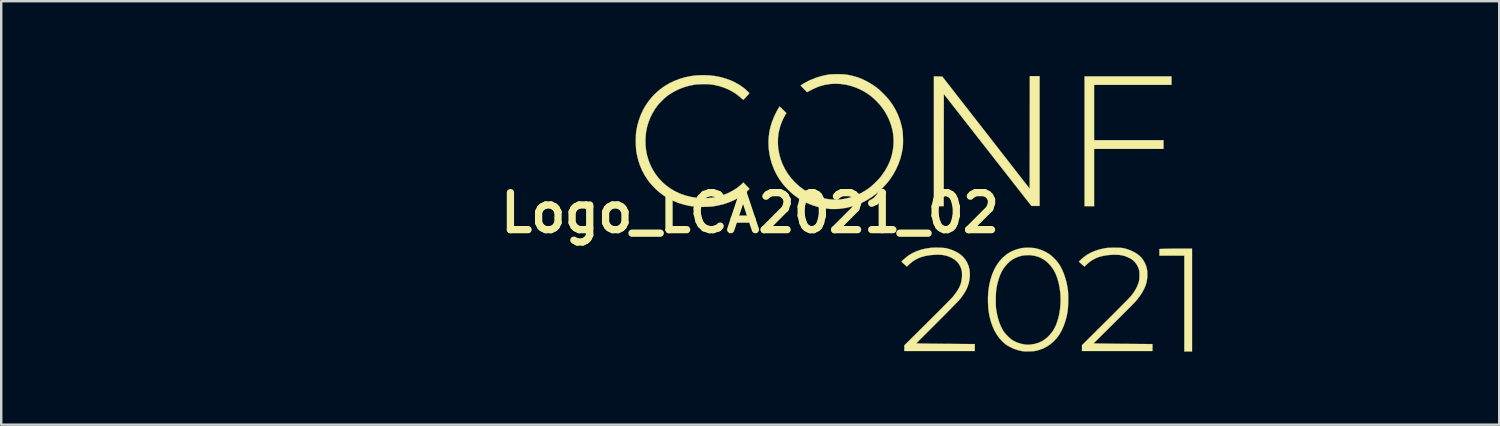
<source format=kicad_pcb>
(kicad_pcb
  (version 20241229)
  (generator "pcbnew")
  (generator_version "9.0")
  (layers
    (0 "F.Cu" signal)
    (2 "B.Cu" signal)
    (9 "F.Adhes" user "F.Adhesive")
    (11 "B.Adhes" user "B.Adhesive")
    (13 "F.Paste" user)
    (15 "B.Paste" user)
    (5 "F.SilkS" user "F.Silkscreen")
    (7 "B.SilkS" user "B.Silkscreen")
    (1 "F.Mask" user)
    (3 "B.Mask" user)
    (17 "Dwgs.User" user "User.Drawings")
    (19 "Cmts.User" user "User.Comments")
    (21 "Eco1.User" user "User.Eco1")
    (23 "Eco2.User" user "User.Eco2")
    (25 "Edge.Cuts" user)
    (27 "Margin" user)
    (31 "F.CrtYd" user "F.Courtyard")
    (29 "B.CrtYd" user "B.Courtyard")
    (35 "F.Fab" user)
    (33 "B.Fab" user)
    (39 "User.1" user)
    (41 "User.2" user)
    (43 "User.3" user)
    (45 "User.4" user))
  (footprint "Logo_LCA2021_02"
    (layer "F.Cu")
    (at 27.84 5.718)
    (property "Reference" "Logo_LCA2021_02" (at 0 0 0) (layer "F.SilkS") (effects (font (size 1.524 1.524) (thickness 0.3))))
    (attr through_hole)
    (fp_poly (pts (xy -22.965 -0.286) (xy -23.367 -0.286) (xy -23.367 -5.633) (xy -22.965 -5.633) (xy -22.965 -0.286)) (stroke (width 0.01) (type solid)) (fill yes) (layer "F.Mask"))
    (fp_poly (pts (xy -4.521 5.707) (xy -4.839 5.707) (xy -4.839 1.472) (xy -4.521 1.472) (xy -4.521 5.707)) (stroke (width 0.01) (type solid)) (fill yes) (layer "F.Mask"))
    (fp_poly (pts (xy -27.433 -0.635) (xy -24.352 -0.635) (xy -24.352 -0.275) (xy -27.835 -0.275) (xy -27.835 -5.633) (xy -27.433 -5.633) (xy -27.433 -0.635)) (stroke (width 0.01) (type solid)) (fill yes) (layer "F.Mask"))
    (fp_poly (pts (xy -8.047 5.4) (xy -5.622 5.4) (xy -5.622 5.686) (xy -8.364 5.686) (xy -8.364 1.472) (xy -8.047 1.472) (xy -8.047 5.4)) (stroke (width 0.01) (type solid)) (fill yes) (layer "F.Mask"))
    (fp_poly (pts (xy 0.058 5.103) (xy 0.064 1.472) (xy 0.371 1.472) (xy 0.371 5.707) (xy 0.099 5.707) (xy -2.748 2.046) (xy -2.753 5.707) (xy -3.07 5.707) (xy -3.07 1.472) (xy -2.786 1.472) (xy 0.058 5.103)) (stroke (width 0.01) (type solid)) (fill yes) (layer "F.Mask"))
    (fp_poly (pts (xy -16.75 -0.286) (xy -17.077 -0.286) (xy -18.89 -2.595) (xy -20.704 -4.903) (xy -20.707 -2.589) (xy -20.71 -0.275) (xy -21.112 -0.275) (xy -21.112 -5.622) (xy -20.766 -5.622) (xy -18.957 -3.314) (xy -17.147 -1.005) (xy -17.144 -3.319) (xy -17.142 -5.633) (xy -16.75 -5.633) (xy -16.75 -0.286)) (stroke (width 0.01) (type solid)) (fill yes) (layer "F.Mask"))
    (fp_poly (pts (xy -9.815 5.707) (xy -9.949 5.704) (xy -10.084 5.702) (xy -11.509 3.879) (xy -12.933 2.056) (xy -12.936 3.881) (xy -12.938 5.707) (xy -13.256 5.707) (xy -13.256 1.472) (xy -13.116 1.472) (xy -12.975 1.473) (xy -11.551 3.293) (xy -10.127 5.113) (xy -10.125 3.292) (xy -10.122 1.472) (xy -9.815 1.472) (xy -9.815 5.707)) (stroke (width 0.01) (type solid)) (fill yes) (layer "F.Mask"))
    (fp_poly (pts (xy 4.659 1.747) (xy 2.149 1.747) (xy 2.149 3.399) (xy 4.394 3.399) (xy 4.394 3.674) (xy 2.149 3.674) (xy 2.149 5.386) (xy 2.723 5.393) (xy 2.841 5.394) (xy 2.977 5.395) (xy 3.125 5.396) (xy 3.283 5.397) (xy 3.445 5.398) (xy 3.607 5.399) (xy 3.766 5.399) (xy 3.918 5.4) (xy 4.02 5.4) (xy 4.743 5.4) (xy 4.743 5.686) (xy 1.832 5.686) (xy 1.832 1.472) (xy 4.659 1.472) (xy 4.659 1.747)) (stroke (width 0.01) (type solid)) (fill yes) (layer "F.Mask"))
    (fp_poly (pts (xy -16.381 1.447) (xy -16.285 1.452) (xy -16.201 1.459) (xy -16.162 1.465) (xy -15.943 1.508) (xy -15.738 1.565) (xy -15.547 1.638) (xy -15.369 1.727) (xy -15.202 1.832) (xy -15.047 1.954) (xy -14.933 2.059) (xy -14.793 2.212) (xy -14.672 2.375) (xy -14.568 2.548) (xy -14.482 2.732) (xy -14.412 2.929) (xy -14.389 3.011) (xy -14.364 3.111) (xy -14.346 3.204) (xy -14.333 3.296) (xy -14.324 3.395) (xy -14.318 3.508) (xy -14.318 3.526) (xy -14.321 3.743) (xy -14.343 3.953) (xy -14.384 4.156) (xy -14.446 4.355) (xy -14.528 4.552) (xy -14.528 4.552) (xy -14.618 4.719) (xy -14.726 4.878) (xy -14.85 5.027) (xy -14.988 5.162) (xy -15.029 5.197) (xy -15.19 5.317) (xy -15.364 5.424) (xy -15.551 5.516) (xy -15.747 5.592) (xy -15.949 5.651) (xy -16.156 5.692) (xy -16.272 5.706) (xy -16.329 5.711) (xy -16.4 5.713) (xy -16.479 5.715) (xy -16.558 5.715) (xy -16.632 5.714) (xy -16.694 5.712) (xy -16.713 5.71) (xy -16.897 5.686) (xy -17.082 5.647) (xy -17.264 5.593) (xy -17.44 5.527) (xy -17.605 5.45) (xy -17.755 5.363) (xy -17.773 5.351) (xy -17.942 5.226) (xy -18.095 5.086) (xy -18.233 4.934) (xy -18.353 4.771) (xy -18.456 4.596) (xy -18.542 4.41) (xy -18.609 4.216) (xy -18.658 4.013) (xy -18.687 3.802) (xy -18.695 3.641) (xy -18.379 3.641) (xy -18.374 3.752) (xy -18.365 3.833) (xy -18.326 4.034) (xy -18.269 4.225) (xy -18.194 4.404) (xy -18.102 4.573) (xy -17.992 4.729) (xy -17.865 4.873) (xy -17.722 5.004) (xy -17.66 5.052) (xy -17.549 5.128) (xy -17.421 5.199) (xy -17.284 5.263) (xy -17.142 5.317) (xy -17.001 5.36) (xy -16.948 5.372) (xy -16.786 5.401) (xy -16.617 5.417) (xy -16.449 5.419) (xy -16.288 5.408) (xy -16.261 5.405) (xy -16.057 5.369) (xy -15.864 5.314) (xy -15.682 5.243) (xy -15.513 5.155) (xy -15.356 5.052) (xy -15.212 4.934) (xy -15.083 4.801) (xy -14.968 4.654) (xy -14.869 4.494) (xy -14.786 4.321) (xy -14.72 4.137) (xy -14.679 3.975) (xy -14.648 3.782) (xy -14.638 3.588) (xy -14.646 3.395) (xy -14.674 3.206) (xy -14.72 3.021) (xy -14.784 2.842) (xy -14.865 2.672) (xy -14.964 2.511) (xy -15.079 2.361) (xy -15.179 2.253) (xy -15.301 2.143) (xy -15.426 2.05) (xy -15.561 1.969) (xy -15.622 1.938) (xy -15.813 1.855) (xy -16.008 1.793) (xy -16.207 1.752) (xy -16.407 1.731) (xy -16.607 1.731) (xy -16.808 1.751) (xy -17.007 1.792) (xy -17.203 1.853) (xy -17.298 1.892) (xy -17.474 1.978) (xy -17.635 2.079) (xy -17.783 2.197) (xy -17.916 2.329) (xy -18.034 2.475) (xy -18.136 2.634) (xy -18.222 2.806) (xy -18.291 2.99) (xy -18.343 3.185) (xy -18.344 3.191) (xy -18.361 3.291) (xy -18.372 3.404) (xy -18.379 3.523) (xy -18.379 3.641) (xy -18.695 3.641) (xy -18.698 3.584) (xy -18.698 3.582) (xy -18.688 3.365) (xy -18.659 3.155) (xy -18.612 2.952) (xy -18.546 2.757) (xy -18.462 2.571) (xy -18.36 2.395) (xy -18.242 2.23) (xy -18.107 2.078) (xy -17.957 1.939) (xy -17.909 1.9) (xy -17.75 1.789) (xy -17.577 1.691) (xy -17.39 1.608) (xy -17.192 1.54) (xy -16.985 1.488) (xy -16.855 1.465) (xy -16.78 1.456) (xy -16.689 1.45) (xy -16.588 1.446) (xy -16.484 1.445) (xy -16.381 1.447)) (stroke (width 0.01) (type solid)) (fill yes) (layer "F.Mask"))
    (fp_poly (pts (xy -14.534 -3.941) (xy -14.534 -3.718) (xy -14.533 -3.514) (xy -14.533 -3.33) (xy -14.532 -3.164) (xy -14.532 -3.015) (xy -14.531 -2.882) (xy -14.53 -2.764) (xy -14.53 -2.66) (xy -14.529 -2.569) (xy -14.528 -2.489) (xy -14.527 -2.421) (xy -14.526 -2.362) (xy -14.525 -2.312) (xy -14.523 -2.27) (xy -14.522 -2.235) (xy -14.52 -2.205) (xy -14.518 -2.181) (xy -14.516 -2.159) (xy -14.514 -2.141) (xy -14.512 -2.128) (xy -14.475 -1.925) (xy -14.429 -1.739) (xy -14.372 -1.571) (xy -14.303 -1.418) (xy -14.222 -1.28) (xy -14.129 -1.156) (xy -14.023 -1.045) (xy -13.902 -0.945) (xy -13.767 -0.856) (xy -13.653 -0.794) (xy -13.516 -0.732) (xy -13.381 -0.685) (xy -13.237 -0.647) (xy -13.229 -0.645) (xy -13.175 -0.637) (xy -13.105 -0.629) (xy -13.021 -0.623) (xy -12.93 -0.618) (xy -12.835 -0.615) (xy -12.74 -0.614) (xy -12.65 -0.615) (xy -12.569 -0.618) (xy -12.501 -0.623) (xy -12.492 -0.624) (xy -12.309 -0.656) (xy -12.13 -0.708) (xy -11.957 -0.778) (xy -11.864 -0.826) (xy -11.715 -0.919) (xy -11.583 -1.023) (xy -11.467 -1.141) (xy -11.365 -1.272) (xy -11.279 -1.417) (xy -11.206 -1.577) (xy -11.147 -1.753) (xy -11.113 -1.885) (xy -11.105 -1.921) (xy -11.098 -1.954) (xy -11.091 -1.985) (xy -11.085 -2.014) (xy -11.08 -2.044) (xy -11.075 -2.075) (xy -11.07 -2.109) (xy -11.066 -2.145) (xy -11.063 -2.186) (xy -11.06 -2.232) (xy -11.058 -2.285) (xy -11.056 -2.346) (xy -11.054 -2.415) (xy -11.052 -2.494) (xy -11.051 -2.584) (xy -11.05 -2.686) (xy -11.049 -2.801) (xy -11.048 -2.93) (xy -11.048 -3.075) (xy -11.047 -3.235) (xy -11.047 -3.413) (xy -11.047 -3.61) (xy -11.046 -3.826) (xy -11.046 -3.941) (xy -11.042 -5.633) (xy -10.64 -5.633) (xy -10.644 -3.931) (xy -10.644 -3.706) (xy -10.645 -3.501) (xy -10.645 -3.315) (xy -10.646 -3.148) (xy -10.646 -2.997) (xy -10.647 -2.863) (xy -10.648 -2.743) (xy -10.648 -2.638) (xy -10.649 -2.545) (xy -10.65 -2.465) (xy -10.651 -2.395) (xy -10.652 -2.335) (xy -10.653 -2.284) (xy -10.655 -2.241) (xy -10.656 -2.204) (xy -10.658 -2.173) (xy -10.66 -2.147) (xy -10.662 -2.125) (xy -10.664 -2.105) (xy -10.665 -2.097) (xy -10.704 -1.866) (xy -10.756 -1.652) (xy -10.822 -1.454) (xy -10.9 -1.272) (xy -10.991 -1.107) (xy -11.096 -0.957) (xy -11.215 -0.823) (xy -11.289 -0.754) (xy -11.446 -0.629) (xy -11.617 -0.519) (xy -11.799 -0.427) (xy -11.989 -0.351) (xy -12.186 -0.295) (xy -12.387 -0.257) (xy -12.504 -0.245) (xy -12.582 -0.24) (xy -12.673 -0.237) (xy -12.771 -0.236) (xy -12.871 -0.236) (xy -12.967 -0.238) (xy -13.052 -0.241) (xy -13.108 -0.245) (xy -13.293 -0.27) (xy -13.476 -0.312) (xy -13.655 -0.371) (xy -13.828 -0.445) (xy -13.992 -0.533) (xy -14.145 -0.633) (xy -14.285 -0.745) (xy -14.41 -0.867) (xy -14.499 -0.974) (xy -14.591 -1.107) (xy -14.671 -1.247) (xy -14.739 -1.396) (xy -14.798 -1.557) (xy -14.847 -1.731) (xy -14.887 -1.921) (xy -14.915 -2.102) (xy -14.917 -2.12) (xy -14.92 -2.142) (xy -14.921 -2.167) (xy -14.923 -2.196) (xy -14.925 -2.232) (xy -14.926 -2.274) (xy -14.927 -2.324) (xy -14.929 -2.383) (xy -14.93 -2.452) (xy -14.931 -2.531) (xy -14.931 -2.623) (xy -14.932 -2.727) (xy -14.933 -2.845) (xy -14.934 -2.979) (xy -14.934 -3.128) (xy -14.935 -3.294) (xy -14.935 -3.478) (xy -14.936 -3.681) (xy -14.936 -3.904) (xy -14.936 -3.931) (xy -14.94 -5.633) (xy -14.538 -5.633) (xy -14.534 -3.941)) (stroke (width 0.01) (type solid)) (fill yes) (layer "F.Mask"))
    (fp_poly (pts (xy 23.96 -3.989) (xy 23.96 -3.761) (xy 23.96 -3.554) (xy 23.96 -3.365) (xy 23.961 -3.195) (xy 23.961 -3.041) (xy 23.961 -2.903) (xy 23.962 -2.78) (xy 23.963 -2.67) (xy 23.964 -2.572) (xy 23.965 -2.486) (xy 23.967 -2.41) (xy 23.969 -2.343) (xy 23.972 -2.285) (xy 23.974 -2.233) (xy 23.978 -2.187) (xy 23.981 -2.146) (xy 23.985 -2.108) (xy 23.99 -2.074) (xy 23.995 -2.04) (xy 24.001 -2.007) (xy 24.008 -1.974) (xy 24.015 -1.938) (xy 24.018 -1.922) (xy 24.058 -1.76) (xy 24.108 -1.606) (xy 24.169 -1.461) (xy 24.239 -1.33) (xy 24.317 -1.214) (xy 24.401 -1.116) (xy 24.408 -1.109) (xy 24.445 -1.075) (xy 24.494 -1.035) (xy 24.549 -0.994) (xy 24.603 -0.956) (xy 24.607 -0.953) (xy 24.78 -0.85) (xy 24.956 -0.766) (xy 25.138 -0.701) (xy 25.327 -0.655) (xy 25.527 -0.626) (xy 25.56 -0.623) (xy 25.746 -0.618) (xy 25.934 -0.632) (xy 26.123 -0.665) (xy 26.308 -0.715) (xy 26.488 -0.783) (xy 26.659 -0.867) (xy 26.82 -0.966) (xy 26.95 -1.066) (xy 27.036 -1.149) (xy 27.116 -1.251) (xy 27.189 -1.37) (xy 27.254 -1.501) (xy 27.311 -1.645) (xy 27.357 -1.797) (xy 27.373 -1.865) (xy 27.381 -1.901) (xy 27.389 -1.933) (xy 27.396 -1.964) (xy 27.402 -1.994) (xy 27.407 -2.023) (xy 27.412 -2.054) (xy 27.416 -2.087) (xy 27.42 -2.124) (xy 27.423 -2.164) (xy 27.426 -2.211) (xy 27.429 -2.263) (xy 27.431 -2.324) (xy 27.433 -2.393) (xy 27.434 -2.472) (xy 27.435 -2.562) (xy 27.436 -2.663) (xy 27.437 -2.778) (xy 27.438 -2.907) (xy 27.439 -3.051) (xy 27.439 -3.211) (xy 27.439 -3.388) (xy 27.44 -3.584) (xy 27.44 -3.8) (xy 27.441 -3.931) (xy 27.444 -5.633) (xy 27.846 -5.633) (xy 27.846 -4.021) (xy 27.846 -3.792) (xy 27.846 -3.583) (xy 27.845 -3.394) (xy 27.845 -3.222) (xy 27.845 -3.067) (xy 27.844 -2.927) (xy 27.843 -2.803) (xy 27.842 -2.691) (xy 27.841 -2.593) (xy 27.84 -2.505) (xy 27.838 -2.428) (xy 27.836 -2.36) (xy 27.834 -2.3) (xy 27.832 -2.247) (xy 27.829 -2.2) (xy 27.826 -2.157) (xy 27.822 -2.118) (xy 27.818 -2.082) (xy 27.814 -2.047) (xy 27.809 -2.013) (xy 27.808 -2.006) (xy 27.766 -1.785) (xy 27.709 -1.577) (xy 27.637 -1.382) (xy 27.549 -1.201) (xy 27.447 -1.034) (xy 27.341 -0.896) (xy 27.297 -0.85) (xy 27.238 -0.797) (xy 27.168 -0.741) (xy 27.091 -0.683) (xy 27.011 -0.628) (xy 26.932 -0.578) (xy 26.906 -0.563) (xy 26.707 -0.461) (xy 26.503 -0.378) (xy 26.291 -0.315) (xy 26.071 -0.27) (xy 26 -0.26) (xy 25.934 -0.253) (xy 25.853 -0.249) (xy 25.763 -0.246) (xy 25.669 -0.245) (xy 25.577 -0.246) (xy 25.493 -0.249) (xy 25.423 -0.254) (xy 25.411 -0.255) (xy 25.223 -0.285) (xy 25.033 -0.333) (xy 24.844 -0.397) (xy 24.659 -0.474) (xy 24.482 -0.565) (xy 24.319 -0.666) (xy 24.196 -0.757) (xy 24.11 -0.835) (xy 24.026 -0.932) (xy 23.944 -1.043) (xy 23.868 -1.166) (xy 23.798 -1.298) (xy 23.738 -1.435) (xy 23.723 -1.474) (xy 23.676 -1.617) (xy 23.635 -1.775) (xy 23.602 -1.943) (xy 23.578 -2.115) (xy 23.569 -2.208) (xy 23.567 -2.236) (xy 23.566 -2.285) (xy 23.564 -2.355) (xy 23.563 -2.443) (xy 23.562 -2.55) (xy 23.561 -2.674) (xy 23.56 -2.816) (xy 23.56 -2.974) (xy 23.559 -3.148) (xy 23.559 -3.337) (xy 23.558 -3.541) (xy 23.558 -3.758) (xy 23.558 -3.984) (xy 23.558 -5.633) (xy 23.96 -5.633) (xy 23.96 -3.989)) (stroke (width 0.01) (type solid)) (fill yes) (layer "F.Mask"))
    (fp_poly (pts (xy 20.099 -5.609) (xy 20.299 -5.606) (xy 21.526 -2.945) (xy 21.63 -2.72) (xy 21.731 -2.499) (xy 21.83 -2.285) (xy 21.926 -2.077) (xy 22.018 -1.877) (xy 22.106 -1.685) (xy 22.191 -1.501) (xy 22.271 -1.328) (xy 22.346 -1.164) (xy 22.416 -1.012) (xy 22.48 -0.872) (xy 22.538 -0.744) (xy 22.591 -0.631) (xy 22.636 -0.531) (xy 22.675 -0.447) (xy 22.706 -0.378) (xy 22.73 -0.326) (xy 22.745 -0.291) (xy 22.753 -0.275) (xy 22.753 -0.274) (xy 22.743 -0.271) (xy 22.715 -0.269) (xy 22.672 -0.267) (xy 22.617 -0.265) (xy 22.554 -0.265) (xy 22.539 -0.265) (xy 22.324 -0.265) (xy 22.06 -0.844) (xy 22.01 -0.955) (xy 21.96 -1.064) (xy 21.912 -1.17) (xy 21.866 -1.271) (xy 21.824 -1.363) (xy 21.787 -1.445) (xy 21.755 -1.514) (xy 21.73 -1.568) (xy 21.718 -1.596) (xy 21.639 -1.768) (xy 20.092 -1.768) (xy 18.544 -1.768) (xy 18.207 -1.016) (xy 17.869 -0.265) (xy 17.654 -0.265) (xy 17.589 -0.265) (xy 17.532 -0.266) (xy 17.485 -0.267) (xy 17.453 -0.269) (xy 17.439 -0.271) (xy 17.438 -0.272) (xy 17.442 -0.281) (xy 17.455 -0.31) (xy 17.476 -0.355) (xy 17.504 -0.417) (xy 17.54 -0.494) (xy 17.582 -0.586) (xy 17.63 -0.691) (xy 17.685 -0.809) (xy 17.744 -0.939) (xy 17.809 -1.079) (xy 17.878 -1.229) (xy 17.951 -1.388) (xy 18.028 -1.555) (xy 18.108 -1.729) (xy 18.19 -1.909) (xy 18.275 -2.093) (xy 18.293 -2.131) (xy 18.711 -2.131) (xy 18.714 -2.129) (xy 18.726 -2.127) (xy 18.747 -2.125) (xy 18.78 -2.123) (xy 18.823 -2.122) (xy 18.88 -2.12) (xy 18.95 -2.119) (xy 19.036 -2.118) (xy 19.137 -2.117) (xy 19.255 -2.117) (xy 19.391 -2.116) (xy 19.546 -2.115) (xy 19.721 -2.115) (xy 19.732 -2.115) (xy 19.887 -2.114) (xy 20.043 -2.114) (xy 20.198 -2.113) (xy 20.349 -2.113) (xy 20.494 -2.112) (xy 20.632 -2.112) (xy 20.759 -2.111) (xy 20.874 -2.111) (xy 20.974 -2.11) (xy 21.057 -2.11) (xy 21.12 -2.11) (xy 21.205 -2.109) (xy 21.283 -2.109) (xy 21.352 -2.109) (xy 21.408 -2.11) (xy 21.451 -2.11) (xy 21.476 -2.111) (xy 21.483 -2.112) (xy 21.478 -2.123) (xy 21.466 -2.151) (xy 21.446 -2.196) (xy 21.418 -2.257) (xy 21.385 -2.332) (xy 21.345 -2.42) (xy 21.3 -2.519) (xy 21.251 -2.629) (xy 21.197 -2.749) (xy 21.139 -2.876) (xy 21.078 -3.01) (xy 21.015 -3.149) (xy 20.95 -3.293) (xy 20.884 -3.44) (xy 20.817 -3.588) (xy 20.749 -3.737) (xy 20.682 -3.885) (xy 20.616 -4.031) (xy 20.551 -4.174) (xy 20.488 -4.312) (xy 20.428 -4.444) (xy 20.371 -4.569) (xy 20.318 -4.686) (xy 20.269 -4.793) (xy 20.226 -4.889) (xy 20.187 -4.973) (xy 20.155 -5.044) (xy 20.129 -5.101) (xy 20.11 -5.141) (xy 20.099 -5.164) (xy 20.097 -5.17) (xy 20.092 -5.161) (xy 20.079 -5.134) (xy 20.058 -5.09) (xy 20.031 -5.031) (xy 19.997 -4.957) (xy 19.957 -4.871) (xy 19.911 -4.772) (xy 19.861 -4.664) (xy 19.807 -4.545) (xy 19.749 -4.419) (xy 19.688 -4.286) (xy 19.625 -4.148) (xy 19.56 -4.005) (xy 19.493 -3.859) (xy 19.426 -3.711) (xy 19.358 -3.563) (xy 19.291 -3.416) (xy 19.225 -3.27) (xy 19.161 -3.128) (xy 19.098 -2.99) (xy 19.038 -2.858) (xy 18.981 -2.733) (xy 18.928 -2.616) (xy 18.88 -2.509) (xy 18.836 -2.412) (xy 18.798 -2.328) (xy 18.766 -2.256) (xy 18.741 -2.199) (xy 18.723 -2.158) (xy 18.713 -2.133) (xy 18.711 -2.131) (xy 18.293 -2.131) (xy 18.362 -2.282) (xy 18.451 -2.474) (xy 18.54 -2.668) (xy 18.63 -2.864) (xy 18.72 -3.059) (xy 18.81 -3.254) (xy 18.899 -3.448) (xy 18.987 -3.639) (xy 19.074 -3.826) (xy 19.158 -4.009) (xy 19.24 -4.187) (xy 19.319 -4.358) (xy 19.395 -4.522) (xy 19.466 -4.678) (xy 19.534 -4.825) (xy 19.597 -4.961) (xy 19.655 -5.087) (xy 19.707 -5.2) (xy 19.754 -5.301) (xy 19.794 -5.388) (xy 19.827 -5.459) (xy 19.853 -5.516) (xy 19.871 -5.555) (xy 19.882 -5.576) (xy 19.882 -5.577) (xy 19.899 -5.612) (xy 20.099 -5.609)) (stroke (width 0.01) (type solid)) (fill yes) (layer "F.Mask"))
    (fp_poly (pts (xy -8.23 -4.491) (xy -8.128 -4.353) (xy -8.029 -4.22) (xy -7.935 -4.092) (xy -7.845 -3.972) (xy -7.761 -3.859) (xy -7.683 -3.755) (xy -7.613 -3.661) (xy -7.55 -3.577) (xy -7.496 -3.505) (xy -7.451 -3.446) (xy -7.416 -3.4) (xy -7.392 -3.37) (xy -7.379 -3.354) (xy -7.378 -3.353) (xy -7.371 -3.361) (xy -7.352 -3.386) (xy -7.322 -3.426) (xy -7.281 -3.48) (xy -7.231 -3.547) (xy -7.172 -3.626) (xy -7.105 -3.717) (xy -7.03 -3.817) (xy -6.949 -3.926) (xy -6.862 -4.044) (xy -6.769 -4.168) (xy -6.672 -4.299) (xy -6.572 -4.435) (xy -6.527 -4.495) (xy -5.684 -5.633) (xy -5.462 -5.633) (xy -5.397 -5.632) (xy -5.338 -5.631) (xy -5.291 -5.63) (xy -5.258 -5.628) (xy -5.242 -5.626) (xy -5.241 -5.625) (xy -5.247 -5.615) (xy -5.266 -5.59) (xy -5.295 -5.55) (xy -5.335 -5.495) (xy -5.385 -5.427) (xy -5.443 -5.347) (xy -5.511 -5.255) (xy -5.586 -5.153) (xy -5.668 -5.041) (xy -5.757 -4.921) (xy -5.851 -4.793) (xy -5.951 -4.658) (xy -6.054 -4.518) (xy -6.162 -4.372) (xy -6.189 -4.336) (xy -6.297 -4.189) (xy -6.402 -4.047) (xy -6.502 -3.911) (xy -6.598 -3.781) (xy -6.687 -3.659) (xy -6.771 -3.544) (xy -6.848 -3.439) (xy -6.917 -3.344) (xy -6.977 -3.261) (xy -7.029 -3.189) (xy -7.071 -3.131) (xy -7.102 -3.086) (xy -7.122 -3.056) (xy -7.131 -3.042) (xy -7.131 -3.041) (xy -7.125 -3.032) (xy -7.106 -3.006) (xy -7.076 -2.965) (xy -7.035 -2.909) (xy -6.984 -2.841) (xy -6.925 -2.76) (xy -6.856 -2.667) (xy -6.78 -2.564) (xy -6.696 -2.451) (xy -6.606 -2.329) (xy -6.51 -2.199) (xy -6.408 -2.062) (xy -6.302 -1.92) (xy -6.192 -1.772) (xy -6.114 -1.666) (xy -6.002 -1.515) (xy -5.893 -1.369) (xy -5.788 -1.228) (xy -5.688 -1.093) (xy -5.594 -0.965) (xy -5.505 -0.846) (xy -5.424 -0.736) (xy -5.35 -0.636) (xy -5.284 -0.546) (xy -5.227 -0.469) (xy -5.179 -0.404) (xy -5.141 -0.353) (xy -5.115 -0.316) (xy -5.099 -0.295) (xy -5.096 -0.289) (xy -5.097 -0.285) (xy -5.106 -0.281) (xy -5.126 -0.279) (xy -5.158 -0.277) (xy -5.205 -0.277) (xy -5.27 -0.277) (xy -5.326 -0.278) (xy -5.561 -0.281) (xy -6.473 -1.507) (xy -6.58 -1.65) (xy -6.682 -1.788) (xy -6.781 -1.921) (xy -6.875 -2.047) (xy -6.964 -2.165) (xy -7.046 -2.275) (xy -7.121 -2.376) (xy -7.188 -2.466) (xy -7.247 -2.545) (xy -7.297 -2.611) (xy -7.338 -2.665) (xy -7.367 -2.704) (xy -7.386 -2.727) (xy -7.392 -2.735) (xy -7.399 -2.727) (xy -7.418 -2.703) (xy -7.448 -2.663) (xy -7.489 -2.61) (xy -7.539 -2.543) (xy -7.598 -2.464) (xy -7.666 -2.374) (xy -7.741 -2.273) (xy -7.824 -2.162) (xy -7.912 -2.044) (xy -8.006 -1.917) (xy -8.105 -1.784) (xy -8.208 -1.646) (xy -8.311 -1.506) (xy -9.224 -0.275) (xy -9.456 -0.275) (xy -9.523 -0.276) (xy -9.583 -0.277) (xy -9.632 -0.278) (xy -9.667 -0.281) (xy -9.686 -0.283) (xy -9.688 -0.284) (xy -9.682 -0.294) (xy -9.663 -0.319) (xy -9.634 -0.36) (xy -9.594 -0.414) (xy -9.543 -0.483) (xy -9.484 -0.563) (xy -9.416 -0.655) (xy -9.339 -0.758) (xy -9.256 -0.871) (xy -9.166 -0.992) (xy -9.069 -1.122) (xy -8.968 -1.258) (xy -8.862 -1.401) (xy -8.752 -1.549) (xy -8.666 -1.663) (xy -8.554 -1.815) (xy -8.444 -1.961) (xy -8.339 -2.103) (xy -8.239 -2.238) (xy -8.145 -2.365) (xy -8.056 -2.485) (xy -7.975 -2.595) (xy -7.901 -2.696) (xy -7.835 -2.786) (xy -7.778 -2.864) (xy -7.731 -2.929) (xy -7.694 -2.981) (xy -7.667 -3.018) (xy -7.652 -3.04) (xy -7.649 -3.046) (xy -7.656 -3.056) (xy -7.674 -3.082) (xy -7.704 -3.122) (xy -7.744 -3.177) (xy -7.794 -3.245) (xy -7.853 -3.326) (xy -7.92 -3.417) (xy -7.995 -3.519) (xy -8.076 -3.63) (xy -8.164 -3.75) (xy -8.257 -3.877) (xy -8.355 -4.01) (xy -8.457 -4.148) (xy -8.562 -4.291) (xy -8.67 -4.438) (xy -8.78 -4.587) (xy -8.891 -4.738) (xy -9.002 -4.889) (xy -9.113 -5.04) (xy -9.224 -5.189) (xy -9.332 -5.336) (xy -9.438 -5.48) (xy -9.494 -5.556) (xy -9.551 -5.633) (xy -9.076 -5.633) (xy -8.23 -4.491)) (stroke (width 0.01) (type solid)) (fill yes) (layer "F.Mask"))
    (fp_poly (pts (xy 17.353 -5.273) (xy 14.166 -5.273) (xy 14.166 -2.996) (xy 17.025 -2.996) (xy 17.025 -2.636) (xy 14.166 -2.636) (xy 14.166 -0.275) (xy 13.775 -0.275) (xy 13.775 -5.622) (xy 17.353 -5.622) (xy 17.353 -5.273)) (stroke (width 0.01) (type solid)) (fill yes) (layer "F.SilkS"))
    (fp_poly (pts (xy 11.922 -0.286) (xy 11.587 -0.286) (xy 9.782 -2.591) (xy 7.978 -4.896) (xy 7.975 -2.585) (xy 7.973 -0.275) (xy 7.57 -0.275) (xy 7.57 -5.623) (xy 7.742 -5.62) (xy 7.914 -5.617) (xy 9.714 -3.307) (xy 11.514 -0.997) (xy 11.517 -3.315) (xy 11.52 -5.633) (xy 11.922 -5.633) (xy 11.922 -0.286)) (stroke (width 0.01) (type solid)) (fill yes) (layer "F.SilkS"))
    (fp_poly (pts (xy 18.2 5.707) (xy 17.883 5.707) (xy 17.883 1.758) (xy 16.856 1.758) (xy 16.856 1.486) (xy 17.08 1.479) (xy 17.142 1.477) (xy 17.221 1.476) (xy 17.313 1.474) (xy 17.415 1.473) (xy 17.523 1.472) (xy 17.632 1.472) (xy 17.739 1.472) (xy 17.752 1.472) (xy 18.2 1.472) (xy 18.2 5.707)) (stroke (width 0.01) (type solid)) (fill yes) (layer "F.SilkS"))
    (fp_poly (pts (xy 7.752 1.432) (xy 7.839 1.434) (xy 7.921 1.438) (xy 7.993 1.444) (xy 8.051 1.45) (xy 8.078 1.455) (xy 8.235 1.498) (xy 8.381 1.553) (xy 8.516 1.619) (xy 8.637 1.696) (xy 8.74 1.781) (xy 8.779 1.819) (xy 8.871 1.933) (xy 8.944 2.056) (xy 8.999 2.188) (xy 9.034 2.328) (xy 9.05 2.478) (xy 9.049 2.594) (xy 9.036 2.737) (xy 9.009 2.874) (xy 8.969 3.007) (xy 8.914 3.138) (xy 8.843 3.269) (xy 8.754 3.405) (xy 8.648 3.546) (xy 8.639 3.556) (xy 8.621 3.577) (xy 8.589 3.612) (xy 8.543 3.66) (xy 8.486 3.719) (xy 8.418 3.789) (xy 8.34 3.869) (xy 8.253 3.957) (xy 8.159 4.053) (xy 8.058 4.155) (xy 7.952 4.262) (xy 7.841 4.373) (xy 7.726 4.488) (xy 7.698 4.516) (xy 6.839 5.373) (xy 7.085 5.38) (xy 7.133 5.381) (xy 7.201 5.382) (xy 7.285 5.383) (xy 7.384 5.385) (xy 7.497 5.386) (xy 7.62 5.388) (xy 7.752 5.389) (xy 7.892 5.391) (xy 8.036 5.392) (xy 8.182 5.393) (xy 8.293 5.394) (xy 9.254 5.402) (xy 9.254 5.686) (xy 6.353 5.686) (xy 6.353 5.454) (xy 7.317 4.498) (xy 7.449 4.367) (xy 7.576 4.24) (xy 7.697 4.12) (xy 7.81 4.007) (xy 7.916 3.901) (xy 8.012 3.804) (xy 8.099 3.716) (xy 8.175 3.638) (xy 8.24 3.571) (xy 8.293 3.517) (xy 8.332 3.475) (xy 8.358 3.447) (xy 8.365 3.438) (xy 8.461 3.313) (xy 8.541 3.197) (xy 8.605 3.086) (xy 8.654 2.978) (xy 8.69 2.87) (xy 8.713 2.759) (xy 8.726 2.643) (xy 8.728 2.557) (xy 8.727 2.473) (xy 8.72 2.402) (xy 8.707 2.339) (xy 8.686 2.276) (xy 8.655 2.205) (xy 8.646 2.186) (xy 8.587 2.087) (xy 8.515 2.001) (xy 8.428 1.926) (xy 8.323 1.861) (xy 8.226 1.815) (xy 8.132 1.779) (xy 8.039 1.753) (xy 7.943 1.734) (xy 7.84 1.724) (xy 7.724 1.721) (xy 7.593 1.725) (xy 7.59 1.725) (xy 7.403 1.741) (xy 7.231 1.769) (xy 7.074 1.81) (xy 6.929 1.865) (xy 6.795 1.934) (xy 6.67 2.018) (xy 6.552 2.118) (xy 6.543 2.127) (xy 6.456 2.21) (xy 6.349 2.114) (xy 6.309 2.079) (xy 6.276 2.048) (xy 6.251 2.025) (xy 6.239 2.013) (xy 6.238 2.011) (xy 6.244 2) (xy 6.263 1.978) (xy 6.293 1.948) (xy 6.331 1.913) (xy 6.374 1.875) (xy 6.419 1.836) (xy 6.463 1.8) (xy 6.503 1.769) (xy 6.528 1.751) (xy 6.68 1.659) (xy 6.847 1.582) (xy 7.027 1.519) (xy 7.218 1.472) (xy 7.42 1.441) (xy 7.437 1.44) (xy 7.502 1.435) (xy 7.579 1.432) (xy 7.664 1.431) (xy 7.752 1.432)) (stroke (width 0.01) (type solid)) (fill yes) (layer "F.SilkS"))
    (fp_poly (pts (xy 15.099 1.435) (xy 15.172 1.436) (xy 15.23 1.437) (xy 15.277 1.439) (xy 15.315 1.443) (xy 15.348 1.447) (xy 15.38 1.453) (xy 15.384 1.454) (xy 15.518 1.49) (xy 15.652 1.538) (xy 15.779 1.596) (xy 15.896 1.661) (xy 15.995 1.731) (xy 16.095 1.823) (xy 16.181 1.929) (xy 16.251 2.048) (xy 16.306 2.175) (xy 16.342 2.31) (xy 16.357 2.41) (xy 16.36 2.493) (xy 16.359 2.587) (xy 16.352 2.684) (xy 16.341 2.776) (xy 16.327 2.854) (xy 16.284 2.995) (xy 16.222 3.139) (xy 16.14 3.287) (xy 16.039 3.439) (xy 15.917 3.595) (xy 15.881 3.637) (xy 15.863 3.657) (xy 15.83 3.691) (xy 15.785 3.738) (xy 15.727 3.796) (xy 15.659 3.865) (xy 15.582 3.943) (xy 15.496 4.03) (xy 15.402 4.123) (xy 15.302 4.223) (xy 15.197 4.328) (xy 15.088 4.436) (xy 14.976 4.547) (xy 14.971 4.553) (xy 14.142 5.373) (xy 14.39 5.38) (xy 14.438 5.381) (xy 14.505 5.382) (xy 14.59 5.383) (xy 14.689 5.385) (xy 14.802 5.386) (xy 14.925 5.388) (xy 15.058 5.389) (xy 15.197 5.391) (xy 15.341 5.392) (xy 15.489 5.393) (xy 15.604 5.394) (xy 16.57 5.402) (xy 16.57 5.686) (xy 13.669 5.686) (xy 13.669 5.447) (xy 14.629 4.494) (xy 14.749 4.374) (xy 14.867 4.258) (xy 14.98 4.145) (xy 15.088 4.036) (xy 15.19 3.934) (xy 15.285 3.839) (xy 15.372 3.751) (xy 15.45 3.673) (xy 15.517 3.604) (xy 15.574 3.546) (xy 15.618 3.501) (xy 15.649 3.467) (xy 15.667 3.448) (xy 15.667 3.448) (xy 15.778 3.304) (xy 15.87 3.163) (xy 15.942 3.025) (xy 15.993 2.892) (xy 16.006 2.85) (xy 16.016 2.809) (xy 16.024 2.771) (xy 16.029 2.733) (xy 16.032 2.69) (xy 16.033 2.635) (xy 16.034 2.568) (xy 16.034 2.5) (xy 16.033 2.449) (xy 16.031 2.41) (xy 16.027 2.379) (xy 16.021 2.351) (xy 16.012 2.322) (xy 16.007 2.306) (xy 15.965 2.202) (xy 15.912 2.111) (xy 15.844 2.026) (xy 15.814 1.995) (xy 15.773 1.955) (xy 15.737 1.925) (xy 15.7 1.899) (xy 15.655 1.874) (xy 15.606 1.85) (xy 15.506 1.804) (xy 15.409 1.77) (xy 15.31 1.745) (xy 15.205 1.73) (xy 15.09 1.722) (xy 14.962 1.723) (xy 14.897 1.725) (xy 14.709 1.741) (xy 14.536 1.77) (xy 14.377 1.812) (xy 14.231 1.869) (xy 14.096 1.94) (xy 13.971 2.027) (xy 13.859 2.124) (xy 13.769 2.211) (xy 13.654 2.11) (xy 13.54 2.009) (xy 13.596 1.951) (xy 13.728 1.831) (xy 13.874 1.726) (xy 14.034 1.636) (xy 14.209 1.562) (xy 14.398 1.502) (xy 14.595 1.458) (xy 14.638 1.451) (xy 14.678 1.445) (xy 14.72 1.441) (xy 14.767 1.438) (xy 14.823 1.436) (xy 14.892 1.435) (xy 14.977 1.435) (xy 15.008 1.435) (xy 15.099 1.435)) (stroke (width 0.01) (type solid)) (fill yes) (layer "F.SilkS"))
    (fp_poly (pts (xy -1.697 -5.665) (xy -1.678 -5.664) (xy -1.452 -5.638) (xy -1.231 -5.596) (xy -1.018 -5.537) (xy -0.814 -5.464) (xy -0.621 -5.376) (xy -0.442 -5.275) (xy -0.278 -5.16) (xy -0.273 -5.155) (xy -0.234 -5.124) (xy -0.191 -5.088) (xy -0.149 -5.049) (xy -0.108 -5.012) (xy -0.074 -4.979) (xy -0.048 -4.952) (xy -0.034 -4.935) (xy -0.032 -4.93) (xy -0.039 -4.919) (xy -0.057 -4.896) (xy -0.085 -4.863) (xy -0.118 -4.826) (xy -0.154 -4.785) (xy -0.19 -4.746) (xy -0.223 -4.71) (xy -0.251 -4.682) (xy -0.27 -4.665) (xy -0.276 -4.66) (xy -0.287 -4.666) (xy -0.31 -4.683) (xy -0.341 -4.708) (xy -0.362 -4.727) (xy -0.519 -4.858) (xy -0.69 -4.975) (xy -0.874 -5.075) (xy -1.068 -5.158) (xy -1.27 -5.223) (xy -1.48 -5.271) (xy -1.651 -5.295) (xy -1.721 -5.3) (xy -1.807 -5.302) (xy -1.902 -5.303) (xy -2.002 -5.301) (xy -2.1 -5.297) (xy -2.192 -5.291) (xy -2.271 -5.283) (xy -2.308 -5.278) (xy -2.523 -5.234) (xy -2.735 -5.172) (xy -2.94 -5.091) (xy -3.135 -4.994) (xy -3.32 -4.882) (xy -3.415 -4.814) (xy -3.473 -4.766) (xy -3.54 -4.707) (xy -3.61 -4.641) (xy -3.678 -4.574) (xy -3.74 -4.508) (xy -3.79 -4.451) (xy -3.793 -4.447) (xy -3.913 -4.283) (xy -4.02 -4.105) (xy -4.113 -3.916) (xy -4.189 -3.72) (xy -4.247 -3.519) (xy -4.249 -3.51) (xy -4.285 -3.322) (xy -4.305 -3.124) (xy -4.31 -2.922) (xy -4.3 -2.721) (xy -4.275 -2.525) (xy -4.249 -2.398) (xy -4.188 -2.184) (xy -4.108 -1.979) (xy -4.011 -1.785) (xy -3.897 -1.603) (xy -3.767 -1.433) (xy -3.621 -1.277) (xy -3.461 -1.135) (xy -3.287 -1.007) (xy -3.1 -0.896) (xy -2.9 -0.801) (xy -2.836 -0.776) (xy -2.633 -0.708) (xy -2.42 -0.657) (xy -2.2 -0.623) (xy -1.978 -0.607) (xy -1.756 -0.61) (xy -1.706 -0.613) (xy -1.495 -0.638) (xy -1.288 -0.682) (xy -1.088 -0.743) (xy -0.896 -0.821) (xy -0.713 -0.915) (xy -0.543 -1.025) (xy -0.387 -1.149) (xy -0.327 -1.205) (xy -0.277 -1.252) (xy -0.15 -1.121) (xy -0.023 -0.99) (xy -0.083 -0.928) (xy -0.214 -0.807) (xy -0.364 -0.696) (xy -0.529 -0.594) (xy -0.707 -0.504) (xy -0.898 -0.426) (xy -1.099 -0.36) (xy -1.309 -0.308) (xy -1.525 -0.27) (xy -1.526 -0.27) (xy -1.584 -0.264) (xy -1.659 -0.258) (xy -1.745 -0.254) (xy -1.838 -0.251) (xy -1.933 -0.249) (xy -2.025 -0.248) (xy -2.11 -0.249) (xy -2.183 -0.251) (xy -2.234 -0.254) (xy -2.479 -0.287) (xy -2.717 -0.339) (xy -2.945 -0.409) (xy -3.163 -0.496) (xy -3.371 -0.601) (xy -3.567 -0.722) (xy -3.751 -0.861) (xy -3.895 -0.99) (xy -4.06 -1.162) (xy -4.206 -1.345) (xy -4.333 -1.538) (xy -4.443 -1.742) (xy -4.535 -1.957) (xy -4.609 -2.183) (xy -4.665 -2.421) (xy -4.687 -2.548) (xy -4.693 -2.602) (xy -4.698 -2.673) (xy -4.702 -2.756) (xy -4.705 -2.847) (xy -4.706 -2.942) (xy -4.706 -3.037) (xy -4.704 -3.128) (xy -4.702 -3.21) (xy -4.698 -3.279) (xy -4.692 -3.33) (xy -4.648 -3.572) (xy -4.585 -3.805) (xy -4.505 -4.028) (xy -4.407 -4.24) (xy -4.318 -4.399) (xy -4.186 -4.594) (xy -4.041 -4.773) (xy -3.881 -4.938) (xy -3.708 -5.087) (xy -3.523 -5.22) (xy -3.326 -5.337) (xy -3.119 -5.437) (xy -2.902 -5.52) (xy -2.676 -5.586) (xy -2.441 -5.634) (xy -2.2 -5.663) (xy -1.951 -5.673) (xy -1.697 -5.665)) (stroke (width 0.01) (type solid)) (fill yes) (layer "F.SilkS"))
    (fp_poly (pts (xy 11.519 1.435) (xy 11.614 1.44) (xy 11.7 1.449) (xy 11.76 1.459) (xy 11.9 1.496) (xy 12.039 1.547) (xy 12.171 1.608) (xy 12.292 1.677) (xy 12.351 1.718) (xy 12.41 1.766) (xy 12.476 1.826) (xy 12.545 1.895) (xy 12.61 1.965) (xy 12.668 2.034) (xy 12.704 2.081) (xy 12.781 2.204) (xy 12.853 2.344) (xy 12.919 2.5) (xy 12.976 2.666) (xy 13.025 2.841) (xy 13.063 3.021) (xy 13.083 3.145) (xy 13.089 3.199) (xy 13.094 3.258) (xy 13.098 3.326) (xy 13.1 3.406) (xy 13.101 3.502) (xy 13.101 3.568) (xy 13.099 3.726) (xy 13.093 3.868) (xy 13.081 3.997) (xy 13.064 4.12) (xy 13.04 4.24) (xy 13.01 4.361) (xy 12.971 4.489) (xy 12.968 4.5) (xy 12.905 4.675) (xy 12.835 4.831) (xy 12.757 4.973) (xy 12.668 5.102) (xy 12.568 5.222) (xy 12.487 5.304) (xy 12.359 5.413) (xy 12.223 5.504) (xy 12.076 5.579) (xy 11.917 5.639) (xy 11.763 5.68) (xy 11.714 5.688) (xy 11.649 5.695) (xy 11.573 5.7) (xy 11.491 5.702) (xy 11.409 5.703) (xy 11.331 5.702) (xy 11.263 5.699) (xy 11.21 5.693) (xy 11.202 5.692) (xy 11.029 5.652) (xy 10.87 5.598) (xy 10.727 5.531) (xy 10.684 5.508) (xy 10.644 5.486) (xy 10.613 5.47) (xy 10.604 5.465) (xy 10.561 5.439) (xy 10.508 5.398) (xy 10.448 5.346) (xy 10.385 5.286) (xy 10.346 5.246) (xy 10.241 5.124) (xy 10.148 4.992) (xy 10.067 4.849) (xy 9.995 4.692) (xy 9.933 4.518) (xy 9.917 4.468) (xy 9.876 4.318) (xy 9.844 4.171) (xy 9.821 4.02) (xy 9.806 3.861) (xy 9.797 3.69) (xy 9.797 3.568) (xy 10.117 3.568) (xy 10.118 3.671) (xy 10.119 3.764) (xy 10.122 3.844) (xy 10.126 3.909) (xy 10.13 3.949) (xy 10.163 4.144) (xy 10.206 4.328) (xy 10.259 4.5) (xy 10.321 4.658) (xy 10.392 4.799) (xy 10.442 4.881) (xy 10.486 4.939) (xy 10.541 5.003) (xy 10.603 5.068) (xy 10.669 5.131) (xy 10.735 5.188) (xy 10.795 5.234) (xy 10.831 5.257) (xy 10.972 5.327) (xy 11.123 5.38) (xy 11.279 5.414) (xy 11.321 5.42) (xy 11.378 5.426) (xy 11.423 5.429) (xy 11.464 5.429) (xy 11.51 5.426) (xy 11.567 5.42) (xy 11.569 5.42) (xy 11.73 5.393) (xy 11.88 5.348) (xy 12.018 5.285) (xy 12.146 5.203) (xy 12.263 5.105) (xy 12.375 4.986) (xy 12.469 4.862) (xy 12.547 4.729) (xy 12.61 4.59) (xy 12.678 4.388) (xy 12.73 4.176) (xy 12.765 3.956) (xy 12.785 3.731) (xy 12.787 3.505) (xy 12.774 3.278) (xy 12.743 3.056) (xy 12.697 2.84) (xy 12.652 2.69) (xy 12.614 2.582) (xy 12.575 2.489) (xy 12.532 2.404) (xy 12.483 2.322) (xy 12.467 2.296) (xy 12.365 2.161) (xy 12.254 2.044) (xy 12.133 1.946) (xy 12.002 1.867) (xy 11.862 1.806) (xy 11.713 1.765) (xy 11.555 1.742) (xy 11.508 1.74) (xy 11.356 1.741) (xy 11.215 1.758) (xy 11.08 1.792) (xy 10.947 1.844) (xy 10.891 1.872) (xy 10.814 1.914) (xy 10.747 1.959) (xy 10.683 2.011) (xy 10.616 2.074) (xy 10.585 2.106) (xy 10.497 2.206) (xy 10.422 2.312) (xy 10.355 2.427) (xy 10.298 2.553) (xy 10.246 2.694) (xy 10.2 2.852) (xy 10.2 2.853) (xy 10.175 2.955) (xy 10.155 3.05) (xy 10.14 3.142) (xy 10.13 3.236) (xy 10.123 3.337) (xy 10.119 3.45) (xy 10.117 3.568) (xy 9.797 3.568) (xy 9.797 3.445) (xy 9.814 3.211) (xy 9.846 2.987) (xy 9.895 2.77) (xy 9.962 2.556) (xy 9.99 2.481) (xy 10.069 2.304) (xy 10.162 2.14) (xy 10.27 1.99) (xy 10.392 1.855) (xy 10.527 1.736) (xy 10.611 1.674) (xy 10.704 1.619) (xy 10.813 1.566) (xy 10.931 1.52) (xy 11.054 1.481) (xy 11.165 1.454) (xy 11.238 1.443) (xy 11.325 1.437) (xy 11.421 1.434) (xy 11.519 1.435)) (stroke (width 0.01) (type solid)) (fill yes) (layer "F.SilkS"))
    (fp_poly (pts (xy 3.662 -5.713) (xy 3.762 -5.71) (xy 3.855 -5.706) (xy 3.936 -5.699) (xy 3.981 -5.693) (xy 4.086 -5.673) (xy 4.2 -5.648) (xy 4.314 -5.618) (xy 4.421 -5.586) (xy 4.484 -5.564) (xy 4.63 -5.504) (xy 4.782 -5.43) (xy 4.934 -5.346) (xy 5.08 -5.254) (xy 5.213 -5.159) (xy 5.258 -5.124) (xy 5.312 -5.078) (xy 5.376 -5.019) (xy 5.446 -4.952) (xy 5.517 -4.88) (xy 5.586 -4.809) (xy 5.649 -4.74) (xy 5.702 -4.68) (xy 5.724 -4.653) (xy 5.864 -4.459) (xy 5.986 -4.254) (xy 6.089 -4.04) (xy 6.174 -3.817) (xy 6.238 -3.586) (xy 6.268 -3.44) (xy 6.28 -3.358) (xy 6.289 -3.262) (xy 6.295 -3.154) (xy 6.298 -3.043) (xy 6.299 -2.931) (xy 6.296 -2.826) (xy 6.29 -2.732) (xy 6.284 -2.679) (xy 6.244 -2.45) (xy 6.184 -2.224) (xy 6.104 -2.001) (xy 6.005 -1.785) (xy 5.889 -1.576) (xy 5.756 -1.377) (xy 5.674 -1.271) (xy 5.614 -1.2) (xy 5.543 -1.121) (xy 5.465 -1.039) (xy 5.385 -0.96) (xy 5.307 -0.886) (xy 5.237 -0.824) (xy 5.224 -0.813) (xy 5.027 -0.664) (xy 4.82 -0.533) (xy 4.605 -0.421) (xy 4.383 -0.329) (xy 4.154 -0.255) (xy 3.919 -0.202) (xy 3.68 -0.17) (xy 3.679 -0.17) (xy 3.618 -0.165) (xy 3.545 -0.162) (xy 3.468 -0.161) (xy 3.393 -0.161) (xy 3.326 -0.162) (xy 3.273 -0.166) (xy 3.272 -0.166) (xy 3.026 -0.198) (xy 2.791 -0.248) (xy 2.568 -0.316) (xy 2.354 -0.402) (xy 2.15 -0.506) (xy 1.953 -0.629) (xy 1.779 -0.759) (xy 1.72 -0.809) (xy 1.652 -0.871) (xy 1.58 -0.941) (xy 1.508 -1.013) (xy 1.442 -1.084) (xy 1.385 -1.148) (xy 1.362 -1.175) (xy 1.222 -1.366) (xy 1.1 -1.566) (xy 0.995 -1.775) (xy 0.91 -1.991) (xy 0.843 -2.212) (xy 0.795 -2.438) (xy 0.766 -2.667) (xy 0.757 -2.897) (xy 0.768 -3.127) (xy 0.799 -3.357) (xy 0.836 -3.526) (xy 0.903 -3.748) (xy 0.99 -3.968) (xy 1.095 -4.184) (xy 1.207 -4.373) (xy 1.213 -4.376) (xy 1.225 -4.371) (xy 1.244 -4.356) (xy 1.273 -4.33) (xy 1.313 -4.292) (xy 1.356 -4.25) (xy 1.495 -4.111) (xy 1.451 -4.038) (xy 1.358 -3.867) (xy 1.28 -3.682) (xy 1.217 -3.487) (xy 1.171 -3.284) (xy 1.17 -3.277) (xy 1.159 -3.198) (xy 1.151 -3.103) (xy 1.147 -3) (xy 1.146 -2.895) (xy 1.148 -2.792) (xy 1.154 -2.7) (xy 1.159 -2.66) (xy 1.198 -2.437) (xy 1.256 -2.221) (xy 1.334 -2.013) (xy 1.431 -1.814) (xy 1.547 -1.624) (xy 1.68 -1.444) (xy 1.831 -1.275) (xy 2 -1.118) (xy 2.022 -1.099) (xy 2.197 -0.966) (xy 2.385 -0.85) (xy 2.582 -0.751) (xy 2.788 -0.67) (xy 2.999 -0.608) (xy 3.214 -0.567) (xy 3.256 -0.561) (xy 3.321 -0.555) (xy 3.401 -0.551) (xy 3.489 -0.549) (xy 3.579 -0.55) (xy 3.665 -0.552) (xy 3.739 -0.557) (xy 3.775 -0.561) (xy 3.986 -0.598) (xy 4.195 -0.656) (xy 4.4 -0.734) (xy 4.601 -0.833) (xy 4.796 -0.951) (xy 4.913 -1.033) (xy 4.972 -1.08) (xy 5.04 -1.14) (xy 5.114 -1.208) (xy 5.189 -1.282) (xy 5.261 -1.356) (xy 5.328 -1.428) (xy 5.384 -1.493) (xy 5.417 -1.535) (xy 5.549 -1.727) (xy 5.66 -1.921) (xy 5.751 -2.118) (xy 5.821 -2.317) (xy 5.87 -2.521) (xy 5.9 -2.729) (xy 5.91 -2.942) (xy 5.91 -2.943) (xy 5.905 -3.107) (xy 5.89 -3.259) (xy 5.864 -3.407) (xy 5.825 -3.559) (xy 5.79 -3.669) (xy 5.709 -3.876) (xy 5.609 -4.075) (xy 5.49 -4.264) (xy 5.353 -4.443) (xy 5.226 -4.583) (xy 5.096 -4.709) (xy 4.967 -4.818) (xy 4.835 -4.914) (xy 4.693 -5.001) (xy 4.547 -5.078) (xy 4.344 -5.166) (xy 4.137 -5.235) (xy 3.928 -5.284) (xy 3.718 -5.312) (xy 3.508 -5.321) (xy 3.298 -5.309) (xy 3.091 -5.276) (xy 2.887 -5.223) (xy 2.856 -5.212) (xy 2.798 -5.191) (xy 2.727 -5.162) (xy 2.649 -5.127) (xy 2.569 -5.089) (xy 2.493 -5.051) (xy 2.427 -5.016) (xy 2.401 -5.001) (xy 2.351 -4.971) (xy 2.08 -5.242) (xy 2.112 -5.267) (xy 2.144 -5.29) (xy 2.191 -5.32) (xy 2.249 -5.353) (xy 2.315 -5.389) (xy 2.383 -5.425) (xy 2.45 -5.458) (xy 2.494 -5.478) (xy 2.705 -5.563) (xy 2.926 -5.631) (xy 3.159 -5.683) (xy 3.213 -5.693) (xy 3.28 -5.701) (xy 3.363 -5.707) (xy 3.458 -5.711) (xy 3.559 -5.713) (xy 3.662 -5.713)) (stroke (width 0.01) (type solid)) (fill yes) (layer "F.SilkS")))
  (gr_rect
    (start -3 -3)
    (end 58.691 14.439)
    (stroke (width 0.1) (type default))
    (fill no)
    (layer "Edge.Cuts")))
</source>
